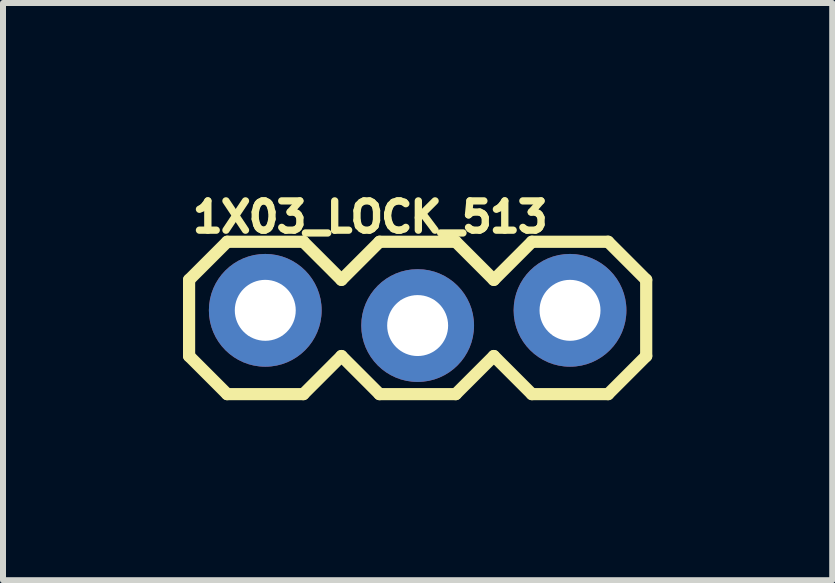
<source format=kicad_pcb>
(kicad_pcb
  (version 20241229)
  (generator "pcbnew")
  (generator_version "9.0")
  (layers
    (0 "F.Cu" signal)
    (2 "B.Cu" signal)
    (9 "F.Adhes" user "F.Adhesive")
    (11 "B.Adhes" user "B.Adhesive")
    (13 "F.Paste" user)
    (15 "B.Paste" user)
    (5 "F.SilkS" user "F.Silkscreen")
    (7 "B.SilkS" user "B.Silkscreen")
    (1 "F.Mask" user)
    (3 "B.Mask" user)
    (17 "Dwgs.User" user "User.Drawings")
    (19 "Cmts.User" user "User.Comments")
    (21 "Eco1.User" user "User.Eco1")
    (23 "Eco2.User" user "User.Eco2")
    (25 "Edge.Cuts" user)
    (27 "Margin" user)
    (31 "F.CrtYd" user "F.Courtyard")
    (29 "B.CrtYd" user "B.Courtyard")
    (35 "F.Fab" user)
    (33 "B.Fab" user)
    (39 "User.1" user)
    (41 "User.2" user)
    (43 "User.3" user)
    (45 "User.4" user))
  (footprint "1X03_LOCK_513"
    (layer "F.Cu")
    (at 1.372 2.25)
    (property "Reference" "1X03_LOCK_513" (at -1.27 -1.397 0) (unlocked yes) (layer "F.SilkS") (effects (font (size 0.488 0.488) (thickness 0.122)) (justify left bottom)))
    (fp_line (start -1.27 -0.635) (end -1.27 0.635) (stroke (width 0.203) (type solid)) (layer "F.SilkS"))
    (fp_line (start -1.27 0.635) (end -0.635 1.27) (stroke (width 0.203) (type solid)) (layer "F.SilkS"))
    (fp_line (start -0.635 -1.27) (end -1.27 -0.635) (stroke (width 0.203) (type solid)) (layer "F.SilkS"))
    (fp_line (start -0.635 -1.27) (end 0.635 -1.27) (stroke (width 0.203) (type solid)) (layer "F.SilkS"))
    (fp_line (start 0.635 -1.27) (end 1.27 -0.635) (stroke (width 0.203) (type solid)) (layer "F.SilkS"))
    (fp_line (start 0.635 1.27) (end -0.635 1.27) (stroke (width 0.203) (type solid)) (layer "F.SilkS"))
    (fp_line (start 1.27 -0.635) (end 1.905 -1.27) (stroke (width 0.203) (type solid)) (layer "F.SilkS"))
    (fp_line (start 1.27 0.635) (end 0.635 1.27) (stroke (width 0.203) (type solid)) (layer "F.SilkS"))
    (fp_line (start 1.905 -1.27) (end 3.175 -1.27) (stroke (width 0.203) (type solid)) (layer "F.SilkS"))
    (fp_line (start 1.905 1.27) (end 1.27 0.635) (stroke (width 0.203) (type solid)) (layer "F.SilkS"))
    (fp_line (start 3.175 -1.27) (end 3.81 -0.635) (stroke (width 0.203) (type solid)) (layer "F.SilkS"))
    (fp_line (start 3.175 1.27) (end 1.905 1.27) (stroke (width 0.203) (type solid)) (layer "F.SilkS"))
    (fp_line (start 3.81 -0.635) (end 4.445 -1.27) (stroke (width 0.203) (type solid)) (layer "F.SilkS"))
    (fp_line (start 3.81 0.635) (end 3.175 1.27) (stroke (width 0.203) (type solid)) (layer "F.SilkS"))
    (fp_line (start 4.445 -1.27) (end 5.715 -1.27) (stroke (width 0.203) (type solid)) (layer "F.SilkS"))
    (fp_line (start 4.445 1.27) (end 3.81 0.635) (stroke (width 0.203) (type solid)) (layer "F.SilkS"))
    (fp_line (start 5.715 -1.27) (end 6.35 -0.635) (stroke (width 0.203) (type solid)) (layer "F.SilkS"))
    (fp_line (start 5.715 1.27) (end 4.445 1.27) (stroke (width 0.203) (type solid)) (layer "F.SilkS"))
    (fp_line (start 6.35 -0.635) (end 6.35 0.635) (stroke (width 0.203) (type solid)) (layer "F.SilkS"))
    (fp_line (start 6.35 0.635) (end 5.715 1.27) (stroke (width 0.203) (type solid)) (layer "F.SilkS"))
    (fp_poly (pts (xy -0.254 0.254) (xy 0.254 0.254) (xy 0.254 -0.254) (xy -0.254 -0.254)) (stroke (width 0.1) (type default)) (fill no) (layer "F.Fab"))
    (fp_poly (pts (xy 2.286 0.254) (xy 2.794 0.254) (xy 2.794 -0.254) (xy 2.286 -0.254)) (stroke (width 0.1) (type default)) (fill no) (layer "F.Fab"))
    (fp_poly (pts (xy 4.826 0.254) (xy 5.334 0.254) (xy 5.334 -0.254) (xy 4.826 -0.254)) (stroke (width 0.1) (type default)) (fill no) (layer "F.Fab"))
    (pad "1" thru_hole circle (at 0 -0.127 90) (size 1.88 1.88) (drill 1.016) (layers "*.Cu" "*.Mask"))
    (pad "2" thru_hole circle (at 2.54 0.127 90) (size 1.88 1.88) (drill 1.016) (layers "*.Cu" "*.Mask"))
    (pad "3" thru_hole circle (at 5.08 -0.127 90) (size 1.88 1.88) (drill 1.016) (layers "*.Cu" "*.Mask")))
  (gr_rect
    (start -3 -3)
    (end 10.823 6.622)
    (stroke (width 0.1) (type default))
    (fill no)
    (layer "Edge.Cuts")))
</source>
